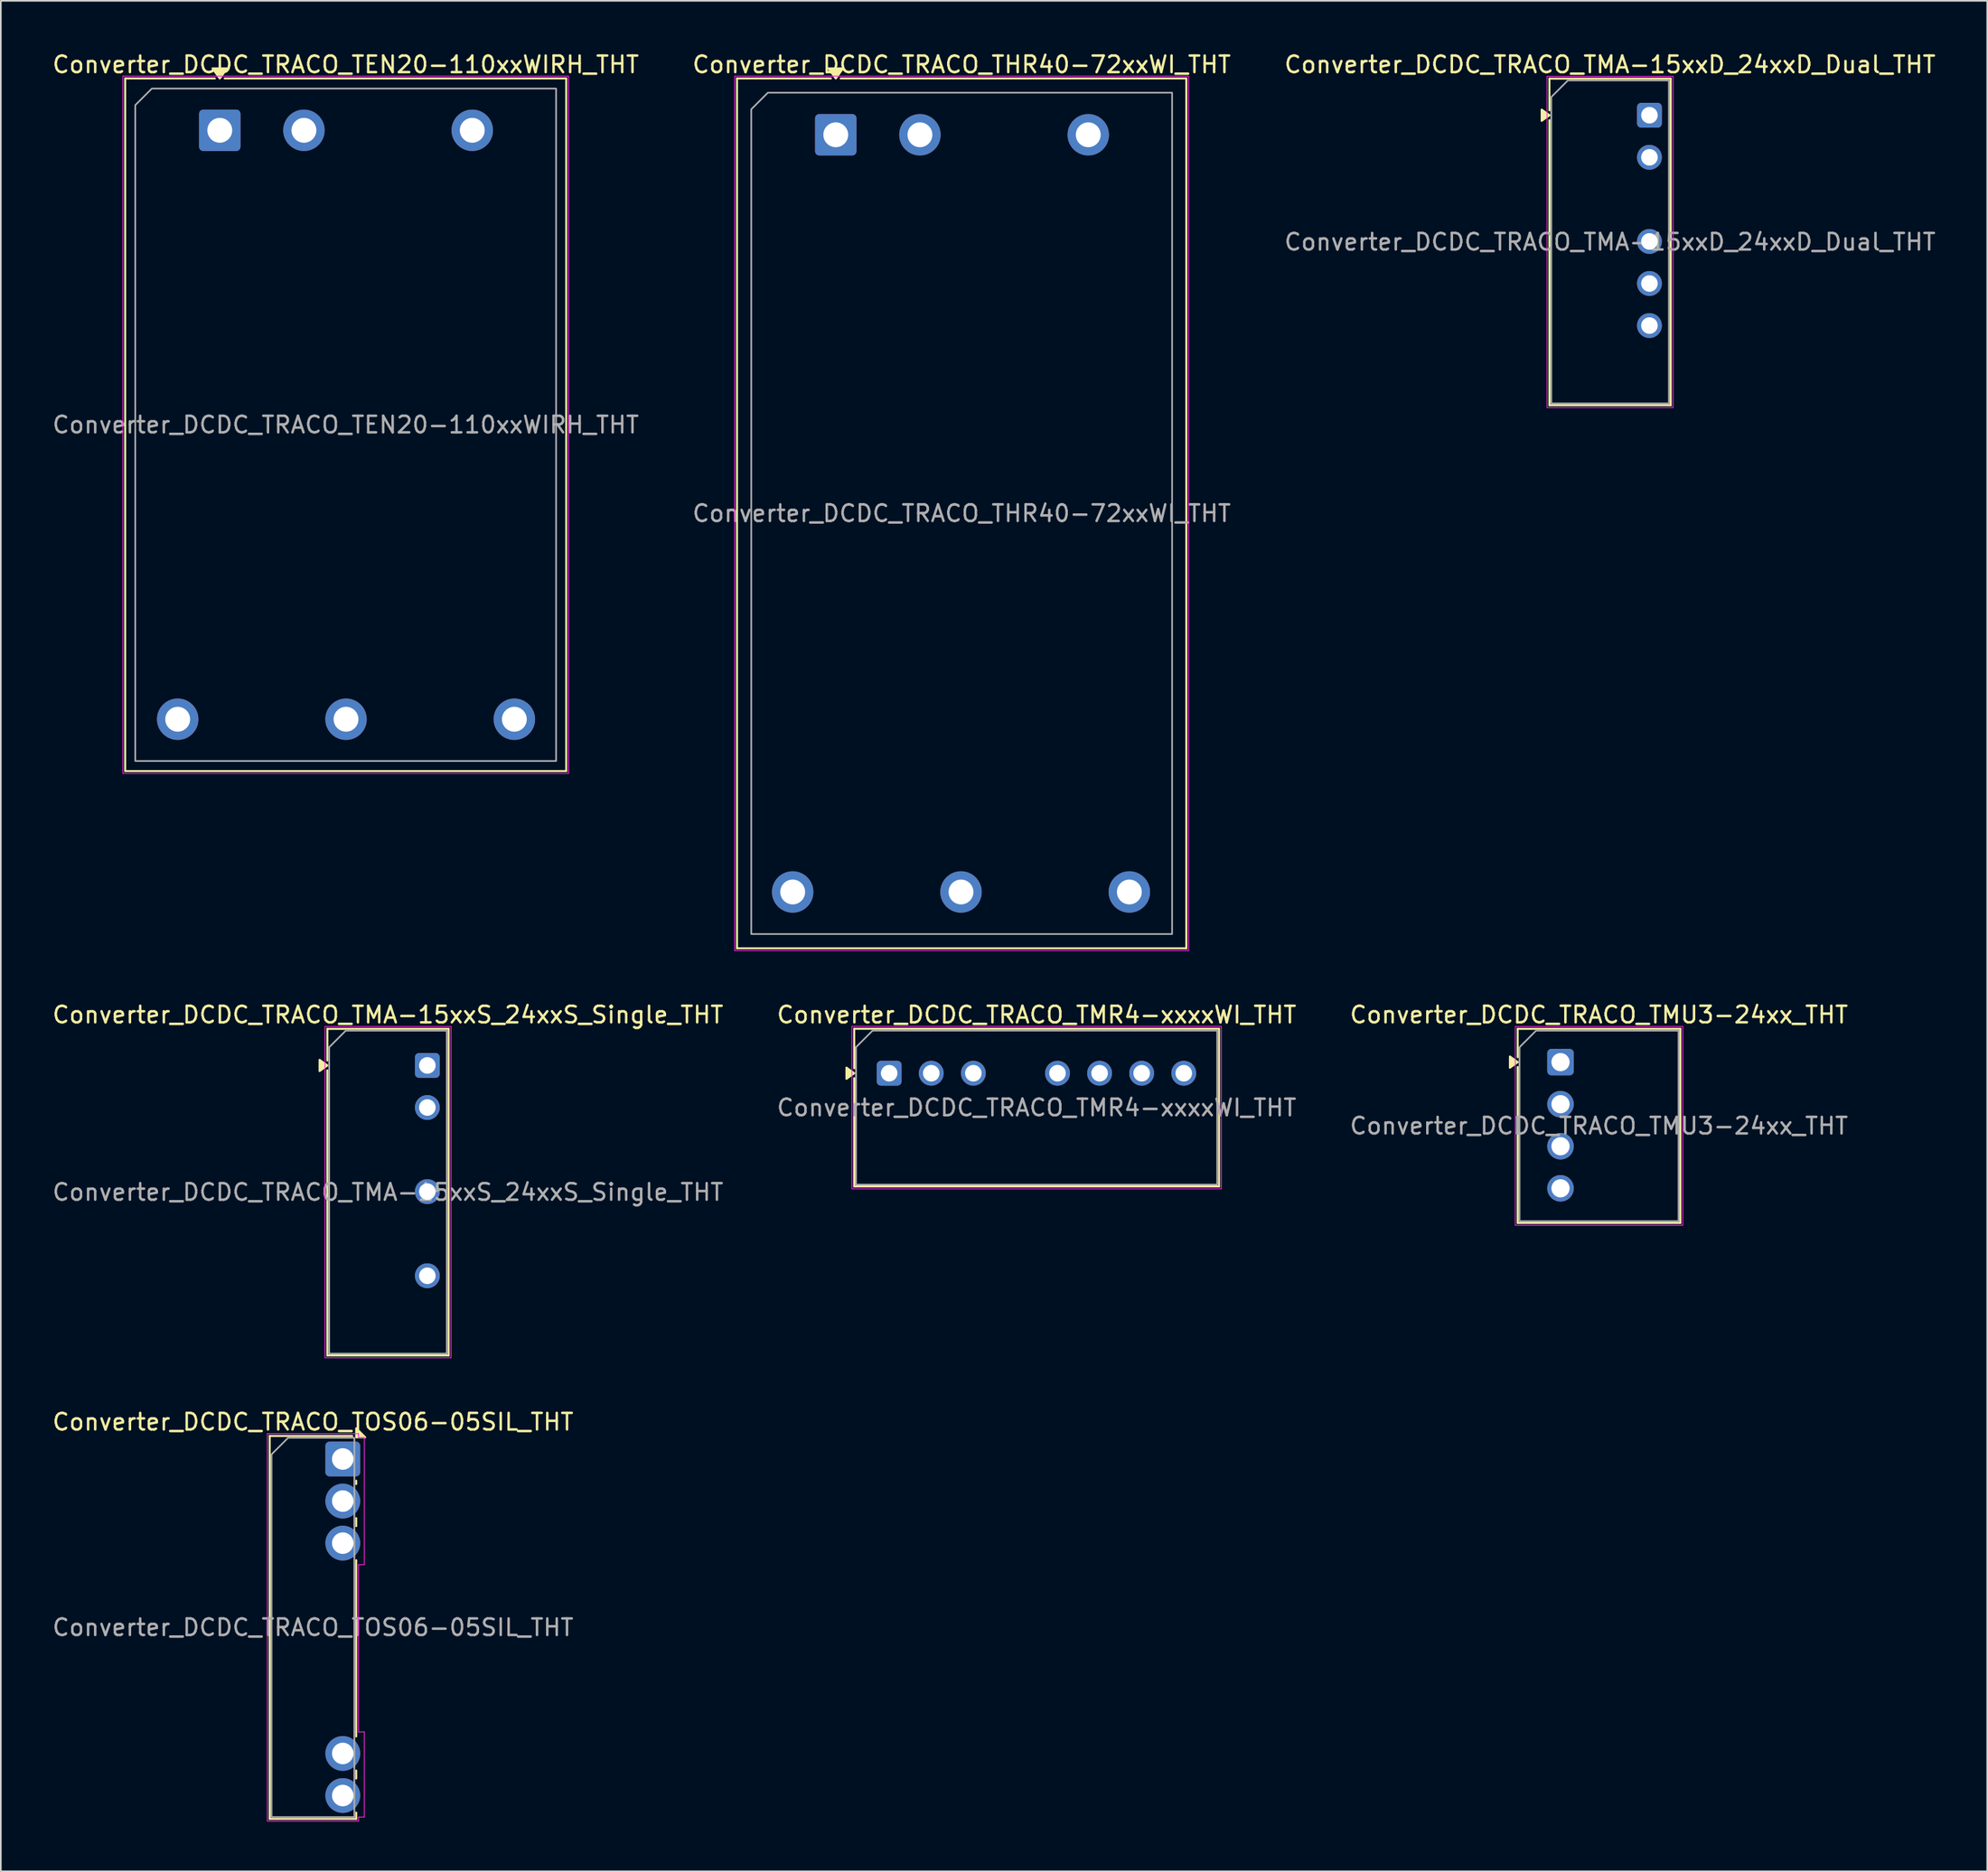
<source format=kicad_pcb>
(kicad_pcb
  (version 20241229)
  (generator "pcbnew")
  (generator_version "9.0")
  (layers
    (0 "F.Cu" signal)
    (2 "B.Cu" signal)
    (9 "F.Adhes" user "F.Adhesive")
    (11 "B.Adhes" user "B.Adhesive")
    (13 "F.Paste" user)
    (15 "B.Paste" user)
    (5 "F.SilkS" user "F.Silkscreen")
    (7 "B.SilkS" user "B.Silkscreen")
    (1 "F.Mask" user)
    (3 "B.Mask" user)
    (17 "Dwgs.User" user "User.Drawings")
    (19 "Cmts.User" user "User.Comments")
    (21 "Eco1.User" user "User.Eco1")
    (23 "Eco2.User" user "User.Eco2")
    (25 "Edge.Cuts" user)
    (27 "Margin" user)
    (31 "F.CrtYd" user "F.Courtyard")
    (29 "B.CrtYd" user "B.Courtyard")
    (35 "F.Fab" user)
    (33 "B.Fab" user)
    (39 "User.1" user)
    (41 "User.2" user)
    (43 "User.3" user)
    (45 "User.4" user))
  (footprint "Converter_DCDC_TRACO_TOS06-05SIL_THT"
    (layer "F.Cu")
    (at 17.639 85.045)
    (property "Reference" "Converter_DCDC_TRACO_TOS06-05SIL_THT" (at -1.8 -2.24 0) (layer "F.SilkS") (effects (font (size 1 1) (thickness 0.15))))
    (attr through_hole)
    (fp_line (start -4.41 -1.39) (end 0.57 -1.39) (stroke (width 0.12) (type solid)) (layer "F.SilkS"))
    (fp_line (start -4.41 21.73) (end -4.41 -1.39) (stroke (width 0.12) (type solid)) (layer "F.SilkS"))
    (fp_line (start 0.81 1.31) (end 0.81 1.51) (stroke (width 0.12) (type solid)) (layer "F.SilkS"))
    (fp_line (start 0.81 3.57) (end 0.81 4.05) (stroke (width 0.12) (type solid)) (layer "F.SilkS"))
    (fp_line (start 0.81 6.11) (end 0.81 16.75) (stroke (width 0.12) (type solid)) (layer "F.SilkS"))
    (fp_line (start 0.81 18.81) (end 0.81 19.29) (stroke (width 0.12) (type solid)) (layer "F.SilkS"))
    (fp_line (start 0.81 21.35) (end 0.81 21.73) (stroke (width 0.12) (type solid)) (layer "F.SilkS"))
    (fp_line (start 0.81 21.73) (end -4.41 21.73) (stroke (width 0.12) (type solid)) (layer "F.SilkS"))
    (fp_poly (pts (xy 0.81 -1.31) (xy 0.81 -1.854) (xy 1.354 -1.31)) (stroke (width 0.12) (type solid)) (fill yes) (layer "F.SilkS"))
    (fp_line (start -4.55 -1.53) (end 0.95 -1.53) (stroke (width 0.05) (type solid)) (layer "F.CrtYd"))
    (fp_line (start -4.55 21.87) (end -4.55 -1.53) (stroke (width 0.05) (type solid)) (layer "F.CrtYd"))
    (fp_line (start 0.95 -1.53) (end 0.95 -1.3) (stroke (width 0.05) (type solid)) (layer "F.CrtYd"))
    (fp_line (start 0.95 -1.3) (end 1.3 -1.3) (stroke (width 0.05) (type solid)) (layer "F.CrtYd"))
    (fp_line (start 0.95 6.38) (end 0.95 16.48) (stroke (width 0.05) (type solid)) (layer "F.CrtYd"))
    (fp_line (start 0.95 16.48) (end 1.3 16.48) (stroke (width 0.05) (type solid)) (layer "F.CrtYd"))
    (fp_line (start 0.95 21.62) (end 0.95 21.87) (stroke (width 0.05) (type solid)) (layer "F.CrtYd"))
    (fp_line (start 0.95 21.87) (end -4.55 21.87) (stroke (width 0.05) (type solid)) (layer "F.CrtYd"))
    (fp_line (start 1.3 -1.3) (end 1.3 6.38) (stroke (width 0.05) (type solid)) (layer "F.CrtYd"))
    (fp_line (start 1.3 6.38) (end 0.95 6.38) (stroke (width 0.05) (type solid)) (layer "F.CrtYd"))
    (fp_line (start 1.3 16.48) (end 1.3 21.62) (stroke (width 0.05) (type solid)) (layer "F.CrtYd"))
    (fp_line (start 1.3 21.62) (end 0.95 21.62) (stroke (width 0.05) (type solid)) (layer "F.CrtYd"))
    (fp_poly (pts (xy -4.3 -0.28) (xy -4.3 21.62) (xy 0.7 21.62) (xy 0.7 -1.28) (xy -3.3 -1.28)) (stroke (width 0.1) (type solid)) (fill no) (layer "F.Fab"))
    (fp_text user "${REFERENCE}" (at -1.8 10.17 0) (layer "F.Fab") (effects (font (size 1 1) (thickness 0.15))))
    (pad "1" thru_hole roundrect (at 0 0) (size 2.1 2.1) (drill 1.3) (layers "*.Cu" "*.Mask") (roundrect_rratio 0.119))
    (pad "2" thru_hole circle (at 0 2.54) (size 2.1 2.1) (drill 1.3) (layers "*.Cu" "*.Mask"))
    (pad "3" thru_hole circle (at 0 5.08) (size 2.1 2.1) (drill 1.3) (layers "*.Cu" "*.Mask"))
    (pad "4" thru_hole circle (at 0 17.78) (size 2.1 2.1) (drill 1.3) (layers "*.Cu" "*.Mask"))
    (pad "5" thru_hole circle (at 0 20.32) (size 2.1 2.1) (drill 1.3) (layers "*.Cu" "*.Mask")))
  (footprint "Converter_DCDC_TRACO_TMA-15xxS_24xxS_Single_THT"
    (layer "F.Cu")
    (at 22.743 61.282)
    (property "Reference" "Converter_DCDC_TRACO_TMA-15xxS_24xxS_Single_THT" (at -2.38 -3.06 0) (layer "F.SilkS") (effects (font (size 1 1) (thickness 0.15))))
    (attr through_hole)
    (fp_line (start -6.035 -2.21) (end 1.285 -2.21) (stroke (width 0.12) (type solid)) (layer "F.SilkS"))
    (fp_line (start -6.035 -0.296) (end -6.035 -2.21) (stroke (width 0.12) (type solid)) (layer "F.SilkS"))
    (fp_line (start -6.035 17.51) (end -6.035 0.296) (stroke (width 0.12) (type solid)) (layer "F.SilkS"))
    (fp_line (start 1.285 -2.21) (end 1.285 17.51) (stroke (width 0.12) (type solid)) (layer "F.SilkS"))
    (fp_line (start 1.285 17.51) (end -6.035 17.51) (stroke (width 0.12) (type solid)) (layer "F.SilkS"))
    (fp_poly (pts (xy -6.035 0) (xy -6.505 0.34) (xy -6.505 -0.34)) (stroke (width 0.12) (type solid)) (fill yes) (layer "F.SilkS"))
    (fp_rect (start -6.18 -2.35) (end 1.43 17.65) (stroke (width 0.05) (type solid)) (fill no) (layer "F.CrtYd"))
    (fp_poly (pts (xy -5.925 -1.1) (xy -5.925 17.4) (xy 1.175 17.4) (xy 1.175 -2.1) (xy -4.925 -2.1)) (stroke (width 0.1) (type solid)) (fill no) (layer "F.Fab"))
    (fp_text user "${REFERENCE}" (at -2.38 7.65 0) (layer "F.Fab") (effects (font (size 1 1) (thickness 0.15))))
    (pad "1" thru_hole roundrect (at 0 0) (size 1.5 1.5) (drill 1) (layers "*.Cu" "*.Mask") (roundrect_rratio 0.167))
    (pad "2" thru_hole circle (at 0 2.54) (size 1.5 1.5) (drill 1) (layers "*.Cu" "*.Mask"))
    (pad "4" thru_hole circle (at 0 7.62) (size 1.5 1.5) (drill 1) (layers "*.Cu" "*.Mask"))
    (pad "6" thru_hole circle (at 0 12.7) (size 1.5 1.5) (drill 1) (layers "*.Cu" "*.Mask")))
  (footprint "Converter_DCDC_TRACO_TMA-15xxD_24xxD_Dual_THT"
    (layer "F.Cu")
    (at 96.505 3.908)
    (property "Reference" "Converter_DCDC_TRACO_TMA-15xxD_24xxD_Dual_THT" (at -2.38 -3.06 0) (layer "F.SilkS") (effects (font (size 1 1) (thickness 0.15))))
    (attr through_hole)
    (fp_line (start -6.035 -2.21) (end 1.285 -2.21) (stroke (width 0.12) (type solid)) (layer "F.SilkS"))
    (fp_line (start -6.035 -0.296) (end -6.035 -2.21) (stroke (width 0.12) (type solid)) (layer "F.SilkS"))
    (fp_line (start -6.035 17.51) (end -6.035 0.296) (stroke (width 0.12) (type solid)) (layer "F.SilkS"))
    (fp_line (start 1.285 -2.21) (end 1.285 17.51) (stroke (width 0.12) (type solid)) (layer "F.SilkS"))
    (fp_line (start 1.285 17.51) (end -6.035 17.51) (stroke (width 0.12) (type solid)) (layer "F.SilkS"))
    (fp_poly (pts (xy -6.035 0) (xy -6.505 0.34) (xy -6.505 -0.34)) (stroke (width 0.12) (type solid)) (fill yes) (layer "F.SilkS"))
    (fp_rect (start -6.18 -2.35) (end 1.43 17.65) (stroke (width 0.05) (type solid)) (fill no) (layer "F.CrtYd"))
    (fp_poly (pts (xy -5.925 -1.1) (xy -5.925 17.4) (xy 1.175 17.4) (xy 1.175 -2.1) (xy -4.925 -2.1)) (stroke (width 0.1) (type solid)) (fill no) (layer "F.Fab"))
    (fp_text user "${REFERENCE}" (at -2.38 7.65 0) (layer "F.Fab") (effects (font (size 1 1) (thickness 0.15))))
    (pad "1" thru_hole roundrect (at 0 0) (size 1.5 1.5) (drill 1) (layers "*.Cu" "*.Mask") (roundrect_rratio 0.167))
    (pad "2" thru_hole circle (at 0 2.54) (size 1.5 1.5) (drill 1) (layers "*.Cu" "*.Mask"))
    (pad "4" thru_hole circle (at 0 7.62) (size 1.5 1.5) (drill 1) (layers "*.Cu" "*.Mask"))
    (pad "5" thru_hole circle (at 0 10.16) (size 1.5 1.5) (drill 1) (layers "*.Cu" "*.Mask"))
    (pad "6" thru_hole circle (at 0 12.7) (size 1.5 1.5) (drill 1) (layers "*.Cu" "*.Mask")))
  (footprint "Converter_DCDC_TRACO_TMR4-xxxxWI_THT"
    (layer "F.Cu")
    (at 50.618 61.752)
    (property "Reference" "Converter_DCDC_TRACO_TMR4-xxxxWI_THT" (at 8.9 -3.53 0) (layer "F.SilkS") (effects (font (size 1 1) (thickness 0.15))))
    (attr through_hole)
    (fp_line (start -2.11 -2.685) (end 19.91 -2.685) (stroke (width 0.12) (type solid)) (layer "F.SilkS"))
    (fp_line (start -2.11 -0.296) (end -2.11 -2.685) (stroke (width 0.12) (type solid)) (layer "F.SilkS"))
    (fp_line (start -2.11 6.835) (end -2.11 0.296) (stroke (width 0.12) (type solid)) (layer "F.SilkS"))
    (fp_line (start 19.91 -2.685) (end 19.91 6.835) (stroke (width 0.12) (type solid)) (layer "F.SilkS"))
    (fp_line (start 19.91 6.835) (end -2.11 6.835) (stroke (width 0.12) (type solid)) (layer "F.SilkS"))
    (fp_poly (pts (xy -2.11 0) (xy -2.58 0.34) (xy -2.58 -0.34)) (stroke (width 0.12) (type solid)) (fill yes) (layer "F.SilkS"))
    (fp_rect (start -2.25 -2.83) (end 20.05 6.98) (stroke (width 0.05) (type solid)) (fill no) (layer "F.CrtYd"))
    (fp_poly (pts (xy -2 -1.575) (xy -2 6.725) (xy 19.8 6.725) (xy 19.8 -2.575) (xy -1 -2.575)) (stroke (width 0.1) (type solid)) (fill no) (layer "F.Fab"))
    (fp_text user "${REFERENCE}" (at 8.9 2.08 0) (layer "F.Fab") (effects (font (size 1 1) (thickness 0.15))))
    (pad "1" thru_hole roundrect (at 0 0) (size 1.5 1.5) (drill 1) (layers "*.Cu" "*.Mask") (roundrect_rratio 0.167))
    (pad "2" thru_hole circle (at 2.54 0) (size 1.5 1.5) (drill 1) (layers "*.Cu" "*.Mask"))
    (pad "3" thru_hole circle (at 5.08 0) (size 1.5 1.5) (drill 1) (layers "*.Cu" "*.Mask"))
    (pad "5" thru_hole circle (at 10.16 0) (size 1.5 1.5) (drill 1) (layers "*.Cu" "*.Mask"))
    (pad "6" thru_hole circle (at 12.7 0) (size 1.5 1.5) (drill 1) (layers "*.Cu" "*.Mask"))
    (pad "7" thru_hole circle (at 15.24 0) (size 1.5 1.5) (drill 1) (layers "*.Cu" "*.Mask"))
    (pad "8" thru_hole circle (at 17.78 0) (size 1.5 1.5) (drill 1) (layers "*.Cu" "*.Mask")))
  (footprint "Converter_DCDC_TRACO_TMU3-24xx_THT"
    (layer "F.Cu")
    (at 91.138 61.081)
    (property "Reference" "Converter_DCDC_TRACO_TMU3-24xx_THT" (at 2.32 -2.86 0) (layer "F.SilkS") (effects (font (size 1 1) (thickness 0.15))))
    (attr through_hole)
    (fp_line (start -2.585 -2.01) (end 7.235 -2.01) (stroke (width 0.12) (type solid)) (layer "F.SilkS"))
    (fp_line (start -2.585 -0.296) (end -2.585 -2.01) (stroke (width 0.12) (type solid)) (layer "F.SilkS"))
    (fp_line (start -2.585 9.71) (end -2.585 0.296) (stroke (width 0.12) (type solid)) (layer "F.SilkS"))
    (fp_line (start 7.235 -2.01) (end 7.235 9.71) (stroke (width 0.12) (type solid)) (layer "F.SilkS"))
    (fp_line (start 7.235 9.71) (end -2.585 9.71) (stroke (width 0.12) (type solid)) (layer "F.SilkS"))
    (fp_poly (pts (xy -2.585 0) (xy -3.055 0.34) (xy -3.055 -0.34)) (stroke (width 0.12) (type solid)) (fill yes) (layer "F.SilkS"))
    (fp_rect (start -2.73 -2.15) (end 7.38 9.85) (stroke (width 0.05) (type solid)) (fill no) (layer "F.CrtYd"))
    (fp_poly (pts (xy -2.475 -0.9) (xy -2.475 9.6) (xy 7.125 9.6) (xy 7.125 -1.9) (xy -1.475 -1.9)) (stroke (width 0.1) (type solid)) (fill no) (layer "F.Fab"))
    (fp_text user "${REFERENCE}" (at 2.32 3.85 0) (layer "F.Fab") (effects (font (size 1 1) (thickness 0.15))))
    (pad "1" thru_hole roundrect (at 0 0) (size 1.6 1.6) (drill 1.1) (layers "*.Cu" "*.Mask") (roundrect_rratio 0.156))
    (pad "2" thru_hole circle (at 0 2.54) (size 1.6 1.6) (drill 1.1) (layers "*.Cu" "*.Mask"))
    (pad "3" thru_hole circle (at 0 5.08) (size 1.6 1.6) (drill 1.1) (layers "*.Cu" "*.Mask"))
    (pad "4" thru_hole circle (at 0 7.62) (size 1.6 1.6) (drill 1.1) (layers "*.Cu" "*.Mask")))
  (footprint "Converter_DCDC_TRACO_TEN20-110xxWIRH_THT"
    (layer "F.Cu")
    (at 10.215 4.818)
    (property "Reference" "Converter_DCDC_TRACO_TEN20-110xxWIRH_THT" (at 7.6 -3.97 0) (layer "F.SilkS") (effects (font (size 1 1) (thickness 0.15))))
    (attr through_hole)
    (fp_line (start -5.71 -3.13) (end -0.296 -3.13) (stroke (width 0.12) (type solid)) (layer "F.SilkS"))
    (fp_line (start -5.71 38.69) (end -5.71 -3.13) (stroke (width 0.12) (type solid)) (layer "F.SilkS"))
    (fp_line (start 0.296 -3.13) (end 20.91 -3.13) (stroke (width 0.12) (type solid)) (layer "F.SilkS"))
    (fp_line (start 20.91 -3.13) (end 20.91 38.69) (stroke (width 0.12) (type solid)) (layer "F.SilkS"))
    (fp_line (start 20.91 38.69) (end -5.71 38.69) (stroke (width 0.12) (type solid)) (layer "F.SilkS"))
    (fp_poly (pts (xy 0 -3.13) (xy -0.44 -3.74) (xy 0.44 -3.74)) (stroke (width 0.12) (type solid)) (fill yes) (layer "F.SilkS"))
    (fp_rect (start -5.85 -3.27) (end 21.05 38.83) (stroke (width 0.05) (type solid)) (fill no) (layer "F.CrtYd"))
    (fp_poly (pts (xy -5.1 -1.52) (xy -5.1 38.08) (xy 20.3 38.08) (xy 20.3 -2.52) (xy -4.1 -2.52)) (stroke (width 0.1) (type solid)) (fill no) (layer "F.Fab"))
    (fp_text user "${REFERENCE}" (at 7.6 17.78 0) (layer "F.Fab") (effects (font (size 1 1) (thickness 0.15))))
    (pad "1" thru_hole roundrect (at 0 0) (size 2.5 2.5) (drill 1.5) (layers "*.Cu" "*.Mask") (roundrect_rratio 0.1))
    (pad "2" thru_hole circle (at 5.08 0) (size 2.5 2.5) (drill 1.5) (layers "*.Cu" "*.Mask"))
    (pad "3" thru_hole circle (at 15.24 0) (size 2.5 2.5) (drill 1.5) (layers "*.Cu" "*.Mask"))
    (pad "4" thru_hole circle (at -2.54 35.56) (size 2.5 2.5) (drill 1.5) (layers "*.Cu" "*.Mask"))
    (pad "5" thru_hole circle (at 7.62 35.56) (size 2.5 2.5) (drill 1.5) (layers "*.Cu" "*.Mask"))
    (pad "6" thru_hole circle (at 17.78 35.56) (size 2.5 2.5) (drill 1.5) (layers "*.Cu" "*.Mask")))
  (footprint "Converter_DCDC_TRACO_THR40-72xxWI_THT"
    (layer "F.Cu")
    (at 47.394 5.088)
    (property "Reference" "Converter_DCDC_TRACO_THR40-72xxWI_THT" (at 7.6 -4.24 0) (layer "F.SilkS") (effects (font (size 1 1) (thickness 0.15))))
    (attr through_hole)
    (fp_line (start -5.96 -3.4) (end -0.296 -3.4) (stroke (width 0.12) (type solid)) (layer "F.SilkS"))
    (fp_line (start -5.96 49.12) (end -5.96 -3.4) (stroke (width 0.12) (type solid)) (layer "F.SilkS"))
    (fp_line (start 0.296 -3.4) (end 21.16 -3.4) (stroke (width 0.12) (type solid)) (layer "F.SilkS"))
    (fp_line (start 21.16 -3.4) (end 21.16 49.12) (stroke (width 0.12) (type solid)) (layer "F.SilkS"))
    (fp_line (start 21.16 49.12) (end -5.96 49.12) (stroke (width 0.12) (type solid)) (layer "F.SilkS"))
    (fp_poly (pts (xy 0 -3.4) (xy -0.44 -4.01) (xy 0.44 -4.01)) (stroke (width 0.12) (type solid)) (fill yes) (layer "F.SilkS"))
    (fp_rect (start -6.1 -3.54) (end 21.3 49.26) (stroke (width 0.05) (type solid)) (fill no) (layer "F.CrtYd"))
    (fp_poly (pts (xy -5.1 -1.54) (xy -5.1 48.26) (xy 20.3 48.26) (xy 20.3 -2.54) (xy -4.1 -2.54)) (stroke (width 0.1) (type solid)) (fill no) (layer "F.Fab"))
    (fp_text user "${REFERENCE}" (at 7.6 22.86 0) (layer "F.Fab") (effects (font (size 1 1) (thickness 0.15))))
    (pad "1" thru_hole roundrect (at 0 0) (size 2.5 2.5) (drill 1.5) (layers "*.Cu" "*.Mask") (roundrect_rratio 0.1))
    (pad "2" thru_hole circle (at 5.08 0) (size 2.5 2.5) (drill 1.5) (layers "*.Cu" "*.Mask"))
    (pad "3" thru_hole circle (at 15.24 0) (size 2.5 2.5) (drill 1.5) (layers "*.Cu" "*.Mask"))
    (pad "4" thru_hole circle (at -2.6 45.72) (size 2.5 2.5) (drill 1.5) (layers "*.Cu" "*.Mask"))
    (pad "5" thru_hole circle (at 7.56 45.72) (size 2.5 2.5) (drill 1.5) (layers "*.Cu" "*.Mask"))
    (pad "6" thru_hole circle (at 17.72 45.72) (size 2.5 2.5) (drill 1.5) (layers "*.Cu" "*.Mask")))
  (gr_rect
    (start -3 -3)
    (end 116.893 109.94)
    (stroke (width 0.1) (type default))
    (fill no)
    (layer "Edge.Cuts")))
</source>
